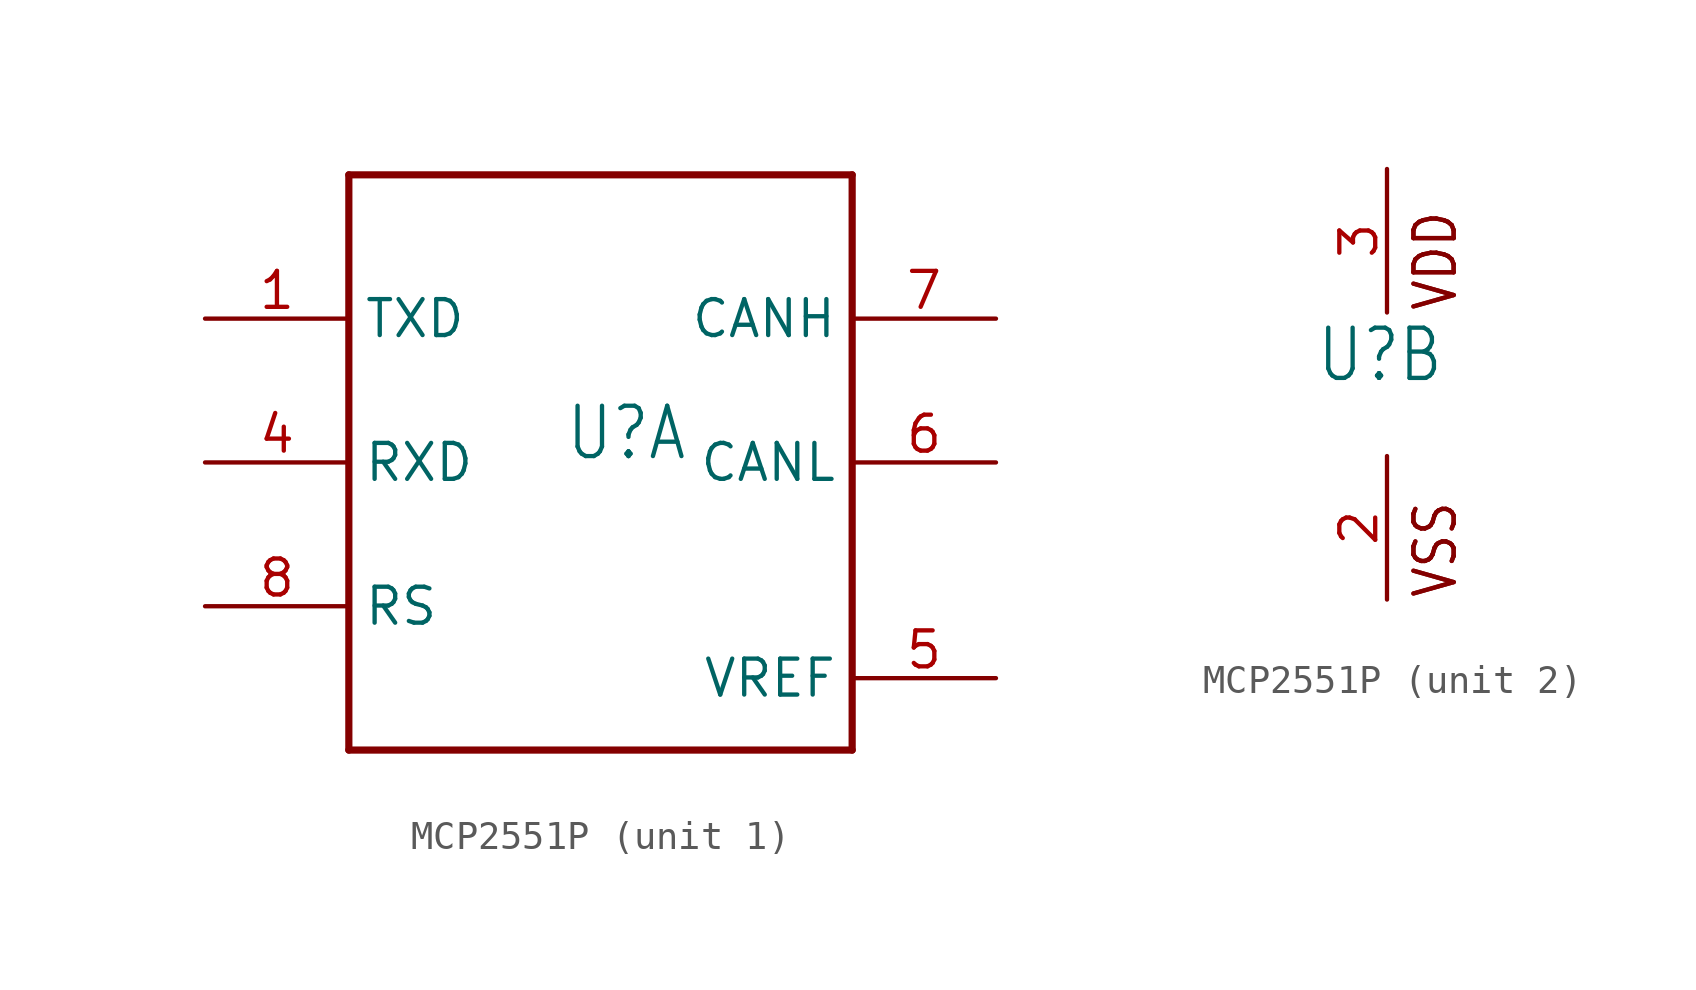
<source format=kicad_sym>
(kicad_symbol_lib
  (version 20211014)
  (generator kicad_symbol_editor)
  (symbol "MCP2551P"
    (property "Reference" "U"
      (at -2.54 0 0)
      (effects (font (size 1.778 1.511)) (justify left bottom)))
    (property "ki_locked" ""
      (at 0 0 0)
      (effects (font (size 1.27 1.27))))
    (symbol "MCP2551P_1_0"
      (polyline (pts (xy -10.16 -10.16) (xy 7.62 -10.16)) (stroke (width 0.254) (type default) (color 0 0 0 0)) (fill (type none)))
      (polyline (pts (xy -10.16 10.16) (xy -10.16 -10.16)) (stroke (width 0.254) (type default) (color 0 0 0 0)) (fill (type none)))
      (polyline (pts (xy 7.62 -10.16) (xy 7.62 10.16)) (stroke (width 0.254) (type default) (color 0 0 0 0)) (fill (type none)))
      (polyline (pts (xy 7.62 10.16) (xy -10.16 10.16)) (stroke (width 0.254) (type default) (color 0 0 0 0)) (fill (type none)))
      (pin input line (at -15.24 5.08 0) (length 5.08) (name "TXD" (effects (font (size 1.27 1.27)))) (number "1" (effects (font (size 1.27 1.27)))))
      (pin output line (at -15.24 0 0) (length 5.08) (name "RXD" (effects (font (size 1.27 1.27)))) (number "4" (effects (font (size 1.27 1.27)))))
      (pin power_in line (at 12.7 -7.62 180) (length 5.08) (name "VREF" (effects (font (size 1.27 1.27)))) (number "5" (effects (font (size 1.27 1.27)))))
      (pin bidirectional line (at 12.7 0 180) (length 5.08) (name "CANL" (effects (font (size 1.27 1.27)))) (number "6" (effects (font (size 1.27 1.27)))))
      (pin bidirectional line (at 12.7 5.08 180) (length 5.08) (name "CANH" (effects (font (size 1.27 1.27)))) (number "7" (effects (font (size 1.27 1.27)))))
      (pin input line (at -15.24 -5.08 0) (length 5.08) (name "RS" (effects (font (size 1.27 1.27)))) (number "8" (effects (font (size 1.27 1.27))))))
    (symbol "MCP2551P_2_0"
      (text "VDD" (at 2.54 2.54 900) (effects (font (size 1.422 1.209)) (justify left bottom)))
      (text "VDD" (at 2.54 2.54 900) (effects (font (size 1.422 1.209)) (justify left bottom)))
      (text "VSS" (at 2.54 -7.62 900) (effects (font (size 1.422 1.209)) (justify left bottom)))
      (text "VSS" (at 2.54 -7.62 900) (effects (font (size 1.422 1.209)) (justify left bottom)))
      (pin power_in line (at 0 -7.62 90) (length 5.08) (name "VSS" (effects (font (size 0 0)))) (number "2" (effects (font (size 1.27 1.27)))))
      (pin power_in line (at 0 7.62 270) (length 5.08) (name "VDD" (effects (font (size 0 0)))) (number "3" (effects (font (size 1.27 1.27))))))))
</source>
